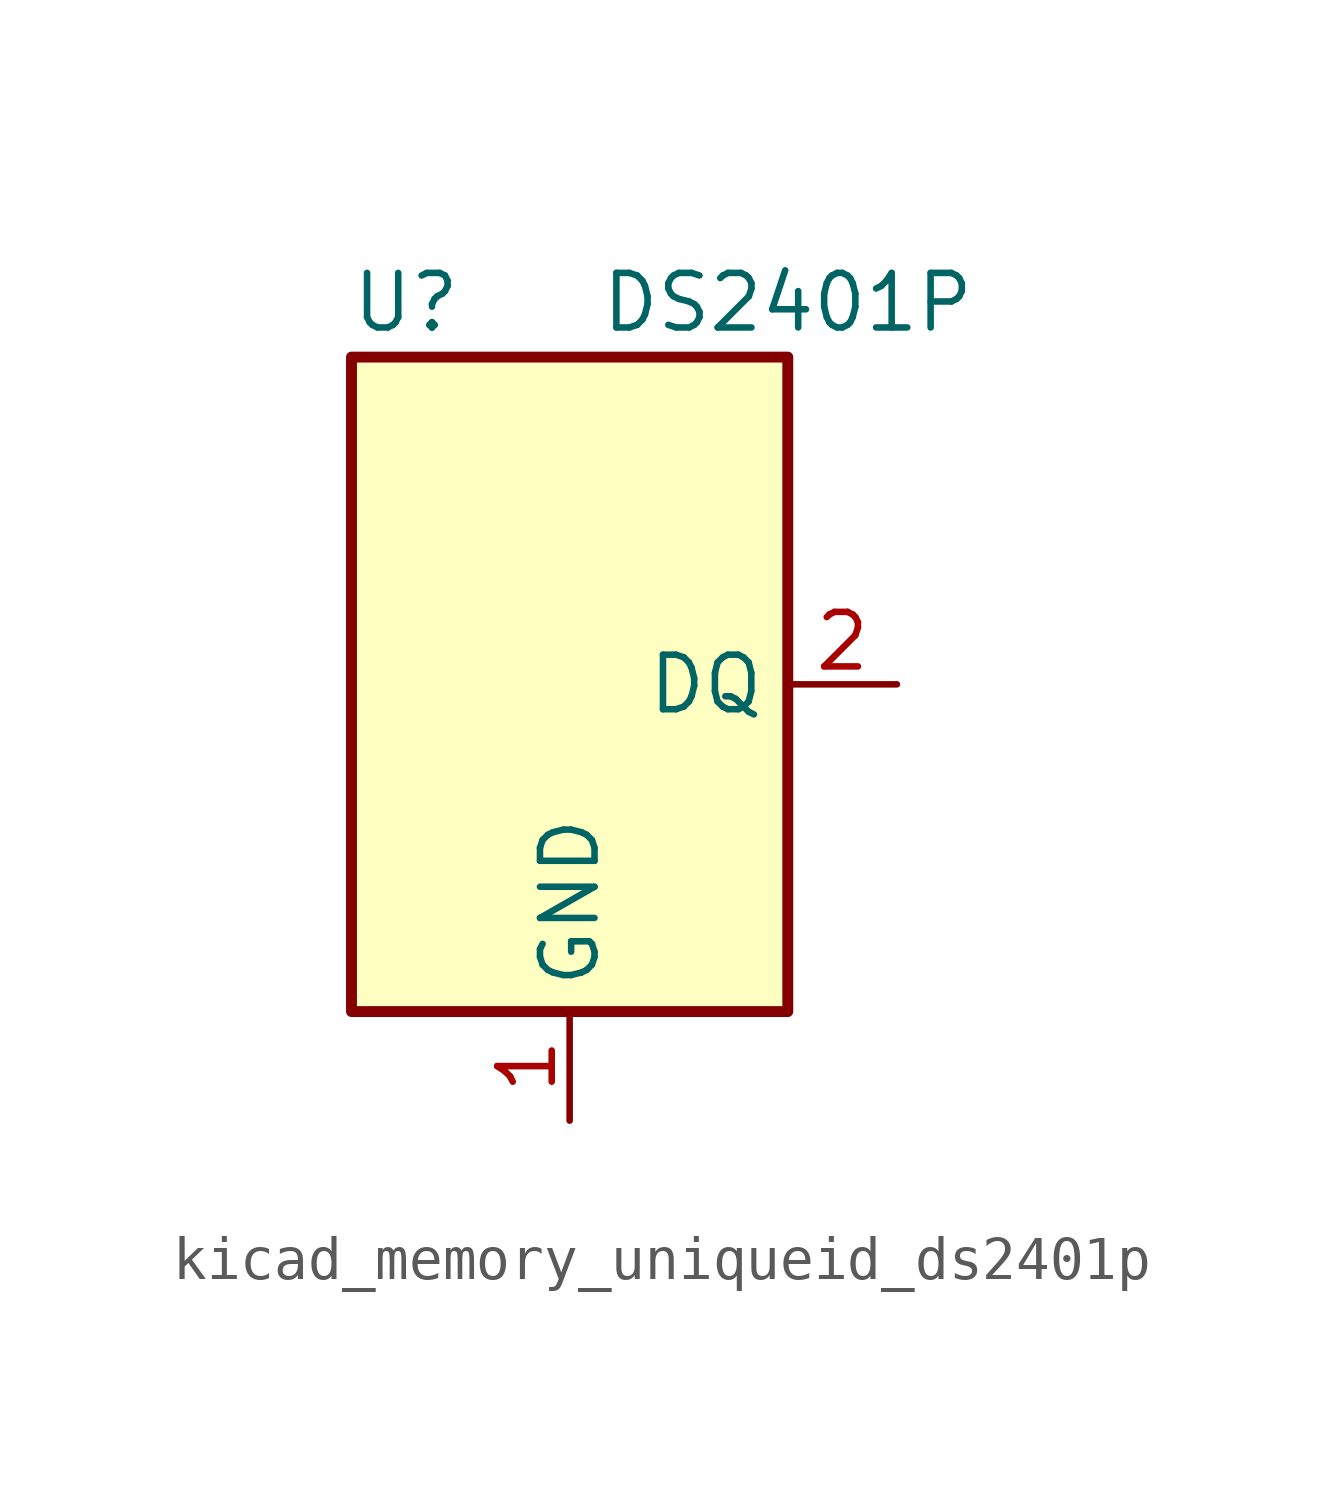
<source format=kicad_sym>
(kicad_symbol_lib
  (version 20220914)
  (generator kicad_symbol_editor)
  (symbol "kicad_memory_uniqueid_ds2401p"
    (property "Reference" "U"
      (at -3.81 8.89 0)
      (effects (font (size 1.27 1.27))))
    (property "Value" "DS2401P"
      (at 5.08 8.89 0)
      (effects (font (size 1.27 1.27))))
    (symbol "kicad_memory_uniqueid_ds2401p_0_1"
      (rectangle (start 5.08 -7.62) (end -5.08 7.62) (stroke (width 0.254) (type default)) (fill (type background))))
    (symbol "kicad_memory_uniqueid_ds2401p_1_1"
      (pin power_in line (at 0 -10.16 90) (length 2.54) (name "GND" (effects (font (size 1.27 1.27)))) (number "1" (effects (font (size 1.27 1.27)))))
      (pin bidirectional line (at 7.62 0 180) (length 2.54) (name "DQ" (effects (font (size 1.27 1.27)))) (number "2" (effects (font (size 1.27 1.27)))))
      (pin no_connect line (at -5.08 5.08 0) (length 2.54) hide (name "NC" (effects (font (size 1.27 1.27)))) (number "3" (effects (font (size 1.27 1.27)))))
      (pin no_connect line (at -5.08 2.54 0) (length 2.54) hide (name "NC" (effects (font (size 1.27 1.27)))) (number "4" (effects (font (size 1.27 1.27)))))
      (pin no_connect line (at -5.08 -2.54 0) (length 2.54) hide (name "NC" (effects (font (size 1.27 1.27)))) (number "5" (effects (font (size 1.27 1.27)))))
      (pin no_connect line (at -5.08 -5.08 0) (length 2.54) hide (name "NC" (effects (font (size 1.27 1.27)))) (number "6" (effects (font (size 1.27 1.27))))))))
</source>
